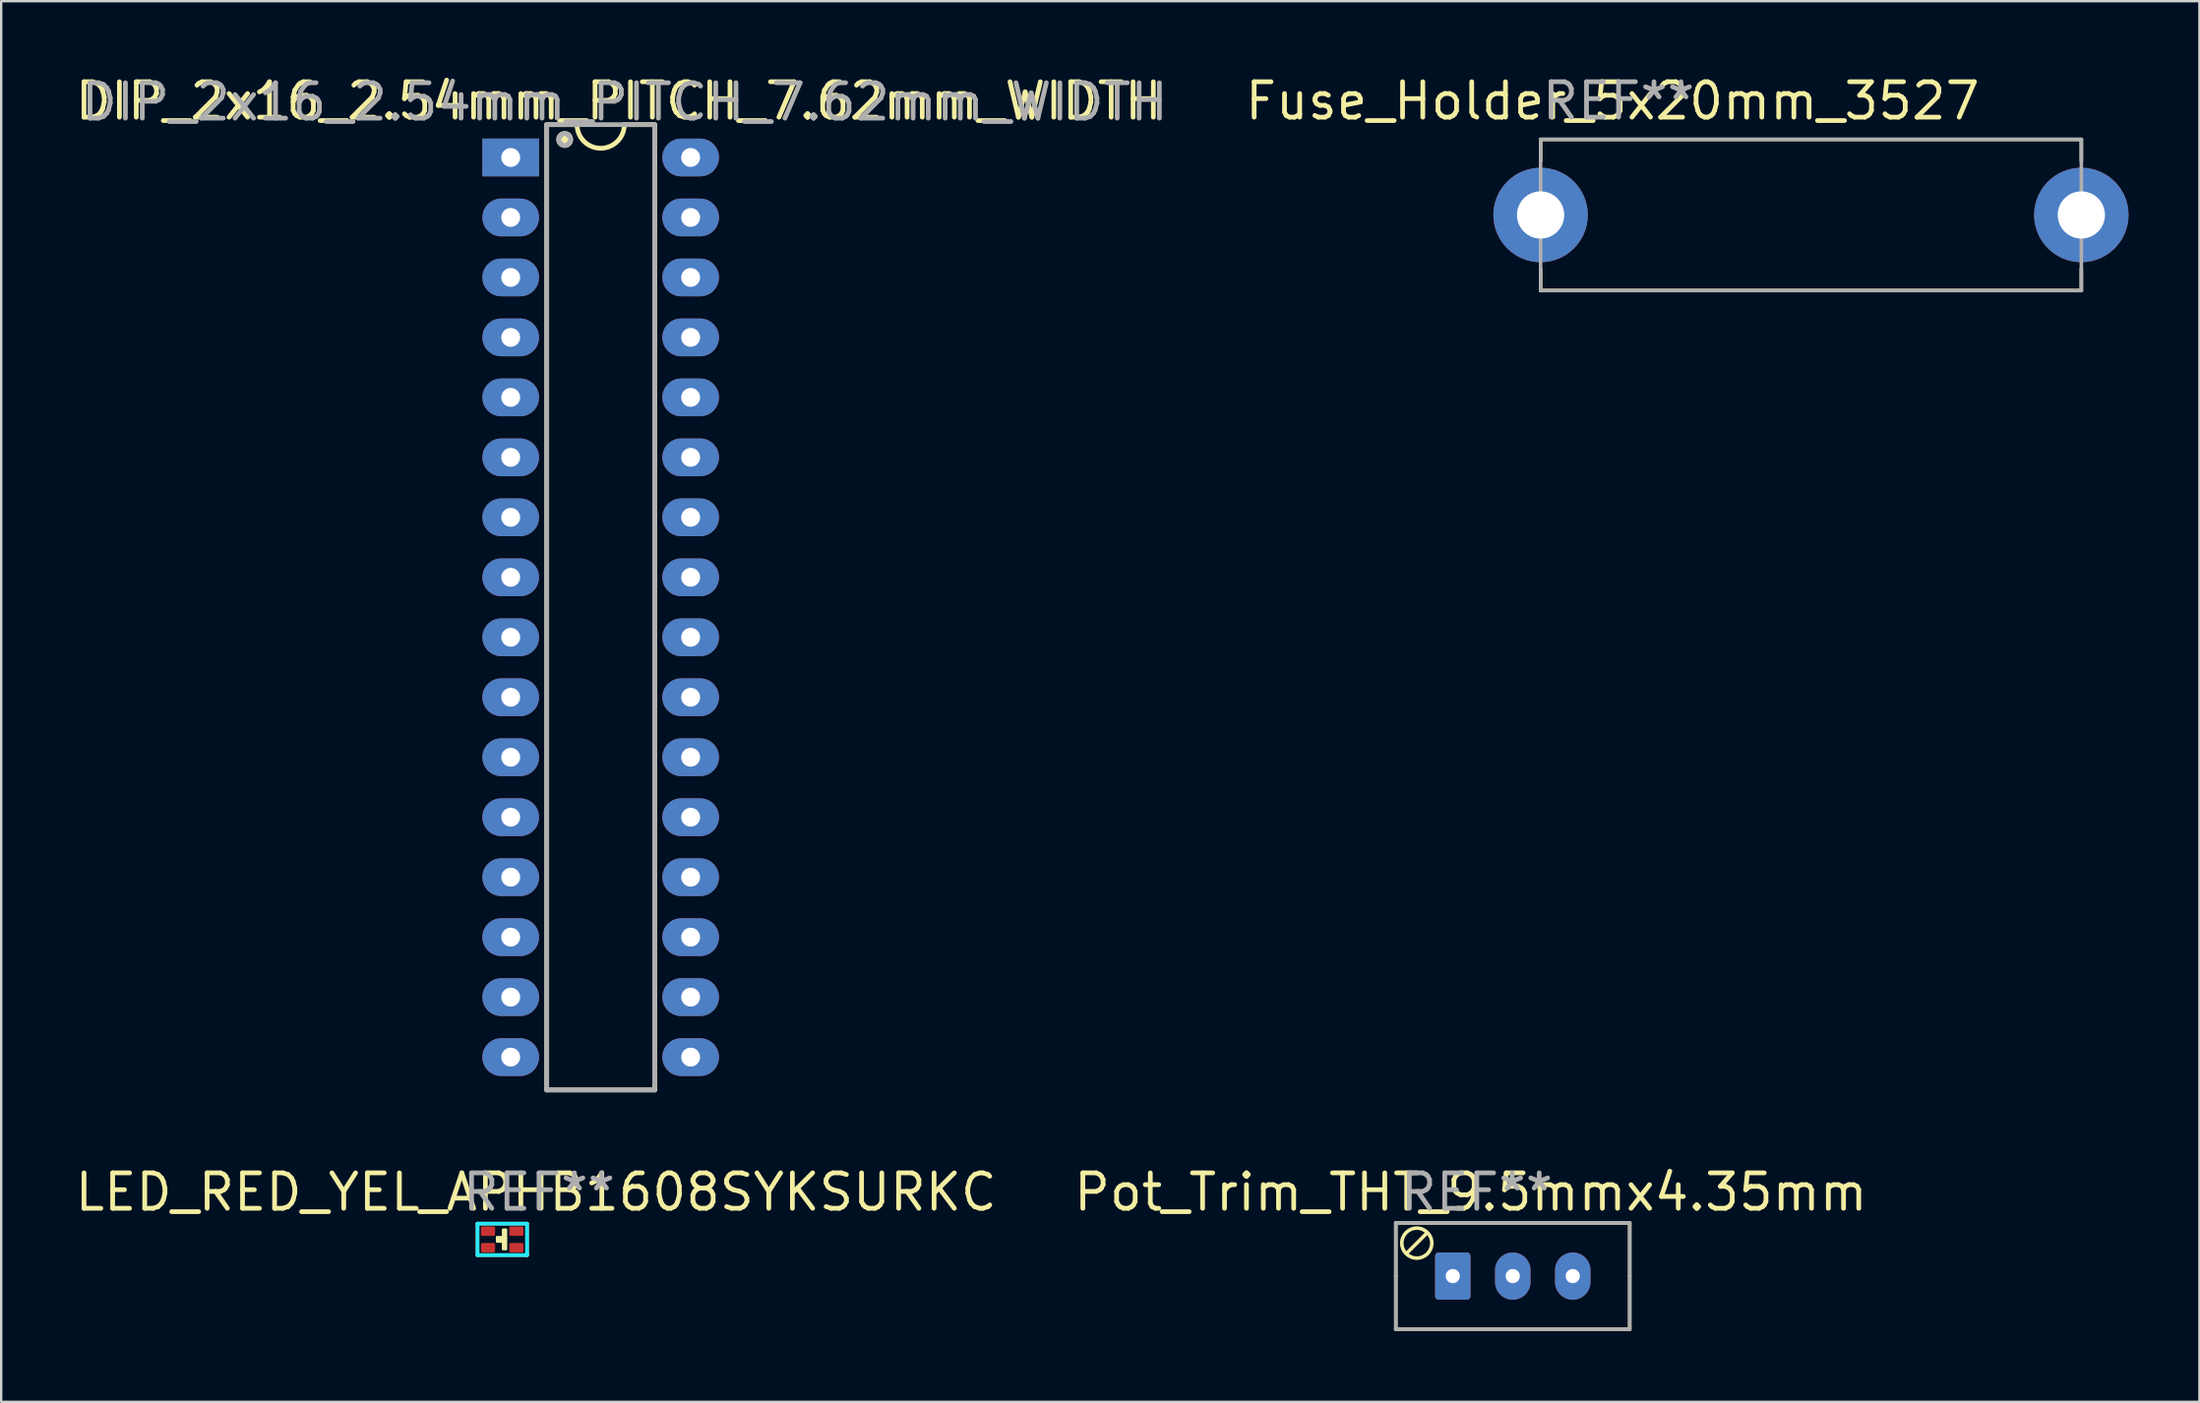
<source format=kicad_pcb>
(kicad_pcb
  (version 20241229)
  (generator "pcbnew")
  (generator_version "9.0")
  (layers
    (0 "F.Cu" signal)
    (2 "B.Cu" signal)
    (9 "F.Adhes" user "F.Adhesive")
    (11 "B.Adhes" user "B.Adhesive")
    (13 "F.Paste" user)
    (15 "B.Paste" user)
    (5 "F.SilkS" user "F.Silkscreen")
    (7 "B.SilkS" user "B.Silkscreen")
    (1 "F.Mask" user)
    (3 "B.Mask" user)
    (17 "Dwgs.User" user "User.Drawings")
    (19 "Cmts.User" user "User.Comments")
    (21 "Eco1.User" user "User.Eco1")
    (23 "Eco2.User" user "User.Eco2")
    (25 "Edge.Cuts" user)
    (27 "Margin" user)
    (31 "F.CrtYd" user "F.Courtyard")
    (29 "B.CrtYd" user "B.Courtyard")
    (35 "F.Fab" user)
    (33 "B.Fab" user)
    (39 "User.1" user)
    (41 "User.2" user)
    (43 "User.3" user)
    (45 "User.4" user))
  (footprint "Pot_Trim_THT_9.5mmx4.35mm"
    (layer "F.Cu")
    (at 58.474 50.993)
    (property "Reference" "Pot_Trim_THT_9.5mmx4.35mm" (at 0.762 -3.556 0) (layer "F.SilkS") (effects (font (size 1.5 1.5) (thickness 0.2))))
    (attr through_hole)
    (fp_line (start -2.413 -2.25) (end 7.493 -2.25) (stroke (width 0.15) (type solid)) (layer "F.SilkS"))
    (fp_line (start -2.413 0) (end -2.413 -2.25) (stroke (width 0.15) (type solid)) (layer "F.SilkS"))
    (fp_line (start -2.413 0) (end -2.413 2.25) (stroke (width 0.15) (type solid)) (layer "F.SilkS"))
    (fp_line (start -2.413 2.25) (end 7.493 2.25) (stroke (width 0.15) (type solid)) (layer "F.SilkS"))
    (fp_line (start -1.143 -1.778) (end -1.905 -1.016) (stroke (width 0.15) (type solid)) (layer "F.SilkS"))
    (fp_line (start 7.493 0) (end 7.493 -2.25) (stroke (width 0.15) (type solid)) (layer "F.SilkS"))
    (fp_line (start 7.493 0) (end 7.493 2.25) (stroke (width 0.15) (type solid)) (layer "F.SilkS"))
    (fp_circle (center -1.524 -1.397) (end -1.016 -1.016) (stroke (width 0.15) (type solid)) (fill no) (layer "F.SilkS"))
    (fp_line (start -2.413 -2.25) (end 7.493 -2.25) (stroke (width 0.15) (type solid)) (layer "F.Fab"))
    (fp_line (start -2.413 0) (end -2.413 -2.25) (stroke (width 0.15) (type solid)) (layer "F.Fab"))
    (fp_line (start -2.413 0) (end -2.413 2.25) (stroke (width 0.15) (type solid)) (layer "F.Fab"))
    (fp_line (start -2.413 2.25) (end 7.493 2.25) (stroke (width 0.15) (type solid)) (layer "F.Fab"))
    (fp_line (start 7.493 0) (end 7.493 -2.25) (stroke (width 0.15) (type solid)) (layer "F.Fab"))
    (fp_line (start 7.493 0) (end 7.493 2.25) (stroke (width 0.15) (type solid)) (layer "F.Fab"))
    (fp_text user "REF**" (at 1.016 -3.556 0) (layer "F.Fab") (effects (font (size 1.5 1.5) (thickness 0.2))))
    (pad "1" thru_hole roundrect (at 0 0) (size 1.5 2) (drill 0.6) (layers "*.Cu" "*.Mask") (roundrect_rratio 0.1))
    (pad "2" thru_hole oval (at 2.54 0) (size 1.5 2) (drill 0.6) (layers "*.Cu" "*.Mask"))
    (pad "3" thru_hole oval (at 5.08 0) (size 1.5 2) (drill 0.6) (layers "*.Cu" "*.Mask")))
  (footprint "DIP_2x16_2.54mm_PITCH_7.62mm_WIDTH"
    (layer "F.Cu")
    (at 18.578 3.619)
    (property "Reference" "DIP_2x16_2.54mm_PITCH_7.62mm_WIDTH" (at 4.572 -2.39 0) (layer "F.SilkS") (effects (font (size 1.5 1.5) (thickness 0.2))))
    (attr through_hole)
    (fp_line (start 1.524 -1.39) (end 1.524 39.49) (stroke (width 0.2) (type solid)) (layer "F.SilkS"))
    (fp_line (start 1.524 39.49) (end 6.096 39.49) (stroke (width 0.2) (type solid)) (layer "F.SilkS"))
    (fp_line (start 2.81 -1.39) (end 1.524 -1.39) (stroke (width 0.2) (type solid)) (layer "F.SilkS"))
    (fp_line (start 6.096 -1.39) (end 4.81 -1.39) (stroke (width 0.2) (type solid)) (layer "F.SilkS"))
    (fp_line (start 6.096 39.49) (end 6.096 -1.39) (stroke (width 0.2) (type solid)) (layer "F.SilkS"))
    (fp_arc (start 4.81 -1.39) (mid 3.81 -0.39) (end 2.81 -1.39) (stroke (width 0.2) (type solid)) (layer "F.SilkS"))
    (fp_circle (center 2.286 -0.762) (end 2.54 -0.762) (stroke (width 0.2) (type solid)) (fill no) (layer "F.SilkS"))
    (fp_poly (pts (xy 2.286 -1.016) (xy 2.54 -0.762) (xy 2.286 -0.508) (xy 2.032 -0.762)) (stroke (width 0.1) (type solid)) (fill yes) (layer "F.SilkS"))
    (fp_line (start 1.524 -1.39) (end 1.524 39.49) (stroke (width 0.2) (type solid)) (layer "F.Fab"))
    (fp_line (start 1.524 39.49) (end 6.096 39.49) (stroke (width 0.2) (type solid)) (layer "F.Fab"))
    (fp_line (start 6.096 -1.39) (end 1.524 -1.39) (stroke (width 0.2) (type solid)) (layer "F.Fab"))
    (fp_line (start 6.096 39.49) (end 6.096 -1.39) (stroke (width 0.2) (type solid)) (layer "F.Fab"))
    (fp_circle (center 2.286 -0.762) (end 2.54 -0.762) (stroke (width 0.2) (type solid)) (fill no) (layer "F.Fab"))
    (fp_poly (pts (xy 2.286 -1.016) (xy 2.54 -0.762) (xy 2.286 -0.508) (xy 2.032 -0.762)) (stroke (width 0.1) (type solid)) (fill no) (layer "F.Fab"))
    (fp_text user "${REFERENCE}" (at 4.826 -2.349 0) (layer "F.Fab") (effects (font (size 1.5 1.5) (thickness 0.2))))
    (pad "1" thru_hole rect (at 0 0) (size 2.4 1.6) (drill 0.8) (layers "*.Cu" "*.Mask"))
    (pad "2" thru_hole oval (at 0 2.54) (size 2.4 1.6) (drill 0.8) (layers "*.Cu" "*.Mask"))
    (pad "3" thru_hole oval (at 0 5.08) (size 2.4 1.6) (drill 0.8) (layers "*.Cu" "*.Mask"))
    (pad "4" thru_hole oval (at 0 7.62) (size 2.4 1.6) (drill 0.8) (layers "*.Cu" "*.Mask"))
    (pad "5" thru_hole oval (at 0 10.16) (size 2.4 1.6) (drill 0.8) (layers "*.Cu" "*.Mask"))
    (pad "6" thru_hole oval (at 0 12.7) (size 2.4 1.6) (drill 0.8) (layers "*.Cu" "*.Mask"))
    (pad "7" thru_hole oval (at 0 15.24) (size 2.4 1.6) (drill 0.8) (layers "*.Cu" "*.Mask"))
    (pad "8" thru_hole oval (at 0 17.78) (size 2.4 1.6) (drill 0.8) (layers "*.Cu" "*.Mask"))
    (pad "9" thru_hole oval (at 0 20.32) (size 2.4 1.6) (drill 0.8) (layers "*.Cu" "*.Mask"))
    (pad "10" thru_hole oval (at 0 22.86) (size 2.4 1.6) (drill 0.8) (layers "*.Cu" "*.Mask"))
    (pad "11" thru_hole oval (at 0 25.4) (size 2.4 1.6) (drill 0.8) (layers "*.Cu" "*.Mask"))
    (pad "12" thru_hole oval (at 0 27.94) (size 2.4 1.6) (drill 0.8) (layers "*.Cu" "*.Mask"))
    (pad "13" thru_hole oval (at 0 30.48) (size 2.4 1.6) (drill 0.8) (layers "*.Cu" "*.Mask"))
    (pad "14" thru_hole oval (at 0 33.02) (size 2.4 1.6) (drill 0.8) (layers "*.Cu" "*.Mask"))
    (pad "15" thru_hole oval (at 0 35.56) (size 2.4 1.6) (drill 0.8) (layers "*.Cu" "*.Mask"))
    (pad "16" thru_hole oval (at 0 38.1) (size 2.4 1.6) (drill 0.8) (layers "*.Cu" "*.Mask"))
    (pad "17" thru_hole oval (at 7.62 38.1) (size 2.4 1.6) (drill 0.8) (layers "*.Cu" "*.Mask"))
    (pad "18" thru_hole oval (at 7.62 35.56) (size 2.4 1.6) (drill 0.8) (layers "*.Cu" "*.Mask"))
    (pad "19" thru_hole oval (at 7.62 33.02) (size 2.4 1.6) (drill 0.8) (layers "*.Cu" "*.Mask"))
    (pad "20" thru_hole oval (at 7.62 30.48) (size 2.4 1.6) (drill 0.8) (layers "*.Cu" "*.Mask"))
    (pad "21" thru_hole oval (at 7.62 27.94) (size 2.4 1.6) (drill 0.8) (layers "*.Cu" "*.Mask"))
    (pad "22" thru_hole oval (at 7.62 25.4) (size 2.4 1.6) (drill 0.8) (layers "*.Cu" "*.Mask"))
    (pad "23" thru_hole oval (at 7.62 22.86) (size 2.4 1.6) (drill 0.8) (layers "*.Cu" "*.Mask"))
    (pad "24" thru_hole oval (at 7.62 20.32) (size 2.4 1.6) (drill 0.8) (layers "*.Cu" "*.Mask"))
    (pad "25" thru_hole oval (at 7.62 17.78) (size 2.4 1.6) (drill 0.8) (layers "*.Cu" "*.Mask"))
    (pad "26" thru_hole oval (at 7.62 15.24) (size 2.4 1.6) (drill 0.8) (layers "*.Cu" "*.Mask"))
    (pad "27" thru_hole oval (at 7.62 12.7) (size 2.4 1.6) (drill 0.8) (layers "*.Cu" "*.Mask"))
    (pad "28" thru_hole oval (at 7.62 10.16) (size 2.4 1.6) (drill 0.8) (layers "*.Cu" "*.Mask"))
    (pad "29" thru_hole oval (at 7.62 7.62) (size 2.4 1.6) (drill 0.8) (layers "*.Cu" "*.Mask"))
    (pad "30" thru_hole oval (at 7.62 5.08) (size 2.4 1.6) (drill 0.8) (layers "*.Cu" "*.Mask"))
    (pad "31" thru_hole oval (at 7.62 2.54) (size 2.4 1.6) (drill 0.8) (layers "*.Cu" "*.Mask"))
    (pad "32" thru_hole oval (at 7.62 0) (size 2.4 1.6) (drill 0.8) (layers "*.Cu" "*.Mask")))
  (footprint "Fuse_Holder_5x20mm_3527"
    (layer "F.Cu")
    (at 62.192 6.054)
    (property "Reference" "Fuse_Holder_5x20mm_3527" (at 3.048 -4.826 0) (layer "F.SilkS") (effects (font (size 1.5 1.5) (thickness 0.2))))
    (attr through_hole)
    (fp_line (start 0 -2.286) (end 0 -3.2) (stroke (width 0.15) (type solid)) (layer "F.SilkS"))
    (fp_line (start 0 3.2) (end 0 2.286) (stroke (width 0.15) (type solid)) (layer "F.SilkS"))
    (fp_line (start 0 3.2) (end 22.9 3.2) (stroke (width 0.15) (type solid)) (layer "F.SilkS"))
    (fp_line (start 22.9 -3.2) (end 0 -3.2) (stroke (width 0.15) (type solid)) (layer "F.SilkS"))
    (fp_line (start 22.9 -2.286) (end 22.9 -3.2) (stroke (width 0.15) (type solid)) (layer "F.SilkS"))
    (fp_line (start 22.9 3.2) (end 22.9 2.286) (stroke (width 0.15) (type solid)) (layer "F.SilkS"))
    (fp_line (start 0 -3.2) (end 0 3.2) (stroke (width 0.15) (type solid)) (layer "F.Fab"))
    (fp_line (start 0 -3.2) (end 22.9 -3.2) (stroke (width 0.15) (type solid)) (layer "F.Fab"))
    (fp_line (start 22.9 -3.2) (end 22.9 3.2) (stroke (width 0.15) (type solid)) (layer "F.Fab"))
    (fp_line (start 22.9 3.2) (end 0 3.2) (stroke (width 0.15) (type solid)) (layer "F.Fab"))
    (fp_text user "REF**" (at 3.302 -4.826 0) (layer "F.Fab") (effects (font (size 1.5 1.5) (thickness 0.2))))
    (pad "1" thru_hole circle (at 0 0) (size 4 4) (drill 2) (layers "*.Cu" "*.Mask"))
    (pad "2" thru_hole circle (at 22.9 0) (size 4 4) (drill 2) (layers "*.Cu" "*.Mask")))
  (footprint "LED_RED_YEL_APHB1608SYKSURKC"
    (layer "F.Cu")
    (at 17.618 49.088)
    (property "Reference" "LED_RED_YEL_APHB1608SYKSURKC" (at 2.032 -1.651 0) (layer "F.SilkS") (effects (font (size 1.5 1.5) (thickness 0.2))))
    (attr through_hole)
    (fp_line (start -0.445 -0.318) (end -0.445 1.016) (stroke (width 0.15) (type solid)) (layer "F.SilkS"))
    (fp_line (start -0.445 1.016) (end 1.651 1.016) (stroke (width 0.15) (type solid)) (layer "F.SilkS"))
    (fp_line (start 1.651 -0.318) (end -0.445 -0.318) (stroke (width 0.15) (type solid)) (layer "F.SilkS"))
    (fp_line (start 1.651 1.016) (end 1.651 -0.318) (stroke (width 0.15) (type solid)) (layer "F.SilkS"))
    (fp_poly (pts (xy 0.381 0.254) (xy 0.381 0.445) (xy 0.635 0.445) (xy 0.635 0.254)) (stroke (width 0.1) (type solid)) (fill yes) (layer "F.SilkS"))
    (fp_poly (pts (xy 0.635 -0.064) (xy 0.762 -0.064) (xy 0.762 0.762) (xy 0.635 0.762)) (stroke (width 0.1) (type solid)) (fill yes) (layer "F.SilkS"))
    (fp_line (start -0.445 -0.318) (end 1.651 -0.318) (stroke (width 0.15) (type solid)) (layer "B.CrtYd"))
    (fp_line (start -0.445 1.016) (end -0.445 -0.318) (stroke (width 0.15) (type solid)) (layer "B.CrtYd"))
    (fp_line (start 1.651 -0.318) (end 1.651 1.016) (stroke (width 0.15) (type solid)) (layer "B.CrtYd"))
    (fp_line (start 1.651 1.016) (end -0.445 1.016) (stroke (width 0.15) (type solid)) (layer "B.CrtYd"))
    (fp_text user "REF**" (at 2.159 -1.651 0) (layer "F.Fab") (effects (font (size 1.5 1.5) (thickness 0.2))))
    (pad "1" smd roundrect (at 1.2 0.7) (size 0.6 0.4) (layers "F.Cu" "F.Mask" "F.Paste") (roundrect_rratio 0.15))
    (pad "2" smd roundrect (at 0 0.7) (size 0.6 0.4) (layers "F.Cu" "F.Mask" "F.Paste") (roundrect_rratio 0.15))
    (pad "3" smd roundrect (at 1.2 0) (size 0.6 0.4) (layers "F.Cu" "F.Mask" "F.Paste") (roundrect_rratio 0.15))
    (pad "4" smd roundrect (at 0 0) (size 0.6 0.4) (layers "F.Cu" "F.Mask" "F.Paste") (roundrect_rratio 0.15)))
  (gr_rect
    (start -3 -3)
    (end 90.092 56.318)
    (stroke (width 0.1) (type default))
    (fill no)
    (layer "Edge.Cuts")))
</source>
